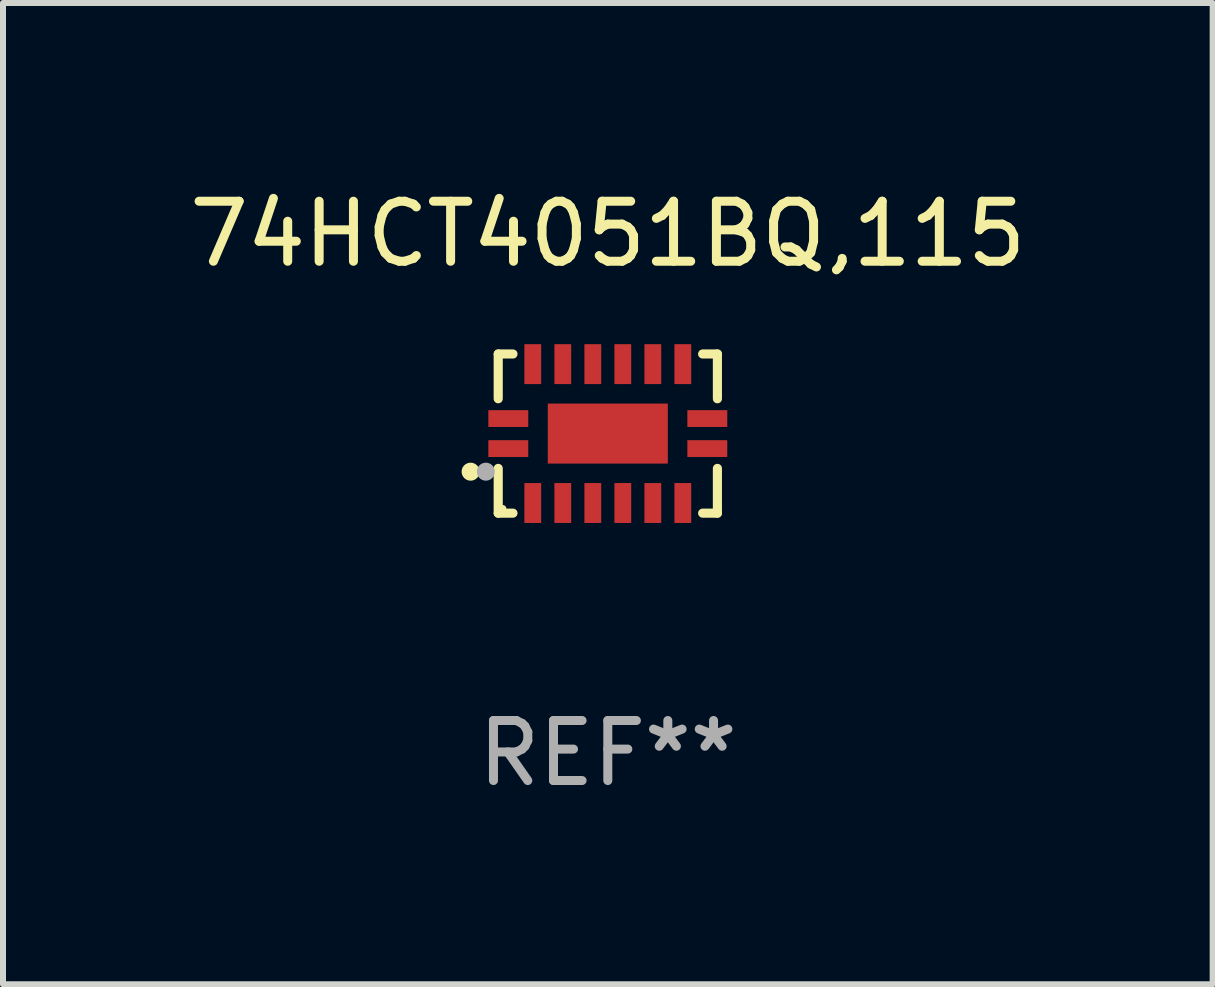
<source format=kicad_pcb>
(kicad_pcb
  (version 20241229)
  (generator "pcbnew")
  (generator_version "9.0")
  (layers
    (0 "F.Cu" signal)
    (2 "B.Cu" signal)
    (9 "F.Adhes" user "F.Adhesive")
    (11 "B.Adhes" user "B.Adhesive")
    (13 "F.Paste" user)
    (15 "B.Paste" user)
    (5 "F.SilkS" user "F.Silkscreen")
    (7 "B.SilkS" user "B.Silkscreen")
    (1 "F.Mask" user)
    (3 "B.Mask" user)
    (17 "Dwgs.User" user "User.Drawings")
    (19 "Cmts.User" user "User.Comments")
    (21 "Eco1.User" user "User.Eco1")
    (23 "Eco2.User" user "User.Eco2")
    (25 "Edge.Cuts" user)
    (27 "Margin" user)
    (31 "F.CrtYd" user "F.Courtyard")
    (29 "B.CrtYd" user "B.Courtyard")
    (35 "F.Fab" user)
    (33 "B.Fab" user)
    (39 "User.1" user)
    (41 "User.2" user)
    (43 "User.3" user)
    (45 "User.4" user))
  (footprint "74HCT4051BQ,115"
    (layer "F.Cu")
    (at 7.077 4.174)
    (property "Reference" "74HCT4051BQ,115" (at 0 -3.326 0) (layer "F.SilkS") (effects (font (size 1 1) (thickness 0.15))))
    (attr through_hole)
    (fp_line (start -1.826 -1.326) (end -1.58 -1.326) (stroke (width 0.152) (type solid)) (layer "F.SilkS"))
    (fp_line (start -1.826 -0.58) (end -1.826 -1.326) (stroke (width 0.152) (type solid)) (layer "F.SilkS"))
    (fp_line (start -1.826 0.58) (end -1.826 1.326) (stroke (width 0.152) (type solid)) (layer "F.SilkS"))
    (fp_line (start -1.826 1.326) (end -1.58 1.326) (stroke (width 0.152) (type solid)) (layer "F.SilkS"))
    (fp_line (start 1.826 -1.326) (end 1.58 -1.326) (stroke (width 0.152) (type solid)) (layer "F.SilkS"))
    (fp_line (start 1.826 -0.58) (end 1.826 -1.326) (stroke (width 0.152) (type solid)) (layer "F.SilkS"))
    (fp_line (start 1.826 0.58) (end 1.826 1.326) (stroke (width 0.152) (type solid)) (layer "F.SilkS"))
    (fp_line (start 1.826 1.326) (end 1.58 1.326) (stroke (width 0.152) (type solid)) (layer "F.SilkS"))
    (fp_circle (center -2.286 0.635) (end -2.211 0.635) (stroke (width 0.15) (type solid)) (fill no) (layer "F.SilkS"))
    (fp_circle (center -1.75 1.25) (end -1.72 1.25) (stroke (width 0.06) (type solid)) (fill no) (layer "F.SilkS"))
    (fp_circle (center -2.032 0.635) (end -1.957 0.635) (stroke (width 0.15) (type solid)) (fill no) (layer "F.Fab"))
    (fp_text user "REF**" (at 0 5.326 0) (layer "F.Fab") (effects (font (size 1 1) (thickness 0.15))))
    (pad "1" smd rect (at -1.658 0.25) (size 0.665 0.28) (layers "F.Cu" "F.Mask" "F.Paste"))
    (pad "2" smd rect (at -1.25 1.157) (size 0.28 0.665) (layers "F.Cu" "F.Mask" "F.Paste"))
    (pad "3" smd rect (at -0.75 1.157) (size 0.28 0.665) (layers "F.Cu" "F.Mask" "F.Paste"))
    (pad "4" smd rect (at -0.25 1.157) (size 0.28 0.665) (layers "F.Cu" "F.Mask" "F.Paste"))
    (pad "5" smd rect (at 0.25 1.157) (size 0.28 0.665) (layers "F.Cu" "F.Mask" "F.Paste"))
    (pad "6" smd rect (at 0.75 1.157) (size 0.28 0.665) (layers "F.Cu" "F.Mask" "F.Paste"))
    (pad "7" smd rect (at 1.25 1.157) (size 0.28 0.665) (layers "F.Cu" "F.Mask" "F.Paste"))
    (pad "8" smd rect (at 1.658 0.25) (size 0.665 0.28) (layers "F.Cu" "F.Mask" "F.Paste"))
    (pad "9" smd rect (at 1.658 -0.25) (size 0.665 0.28) (layers "F.Cu" "F.Mask" "F.Paste"))
    (pad "10" smd rect (at 1.25 -1.157) (size 0.28 0.665) (layers "F.Cu" "F.Mask" "F.Paste"))
    (pad "11" smd rect (at 0.75 -1.157) (size 0.28 0.665) (layers "F.Cu" "F.Mask" "F.Paste"))
    (pad "12" smd rect (at 0.25 -1.157) (size 0.28 0.665) (layers "F.Cu" "F.Mask" "F.Paste"))
    (pad "13" smd rect (at -0.25 -1.157) (size 0.28 0.665) (layers "F.Cu" "F.Mask" "F.Paste"))
    (pad "14" smd rect (at -0.75 -1.157) (size 0.28 0.665) (layers "F.Cu" "F.Mask" "F.Paste"))
    (pad "15" smd rect (at -1.25 -1.157) (size 0.28 0.665) (layers "F.Cu" "F.Mask" "F.Paste"))
    (pad "16" smd rect (at -1.658 -0.25) (size 0.665 0.28) (layers "F.Cu" "F.Mask" "F.Paste"))
    (pad "17" smd rect (at 0 0) (size 2 1) (layers "F.Cu" "F.Mask" "F.Paste")))
  (gr_rect
    (start -3 -3)
    (end 17.155 13.349)
    (stroke (width 0.1) (type default))
    (fill no)
    (layer "Edge.Cuts")))
</source>
